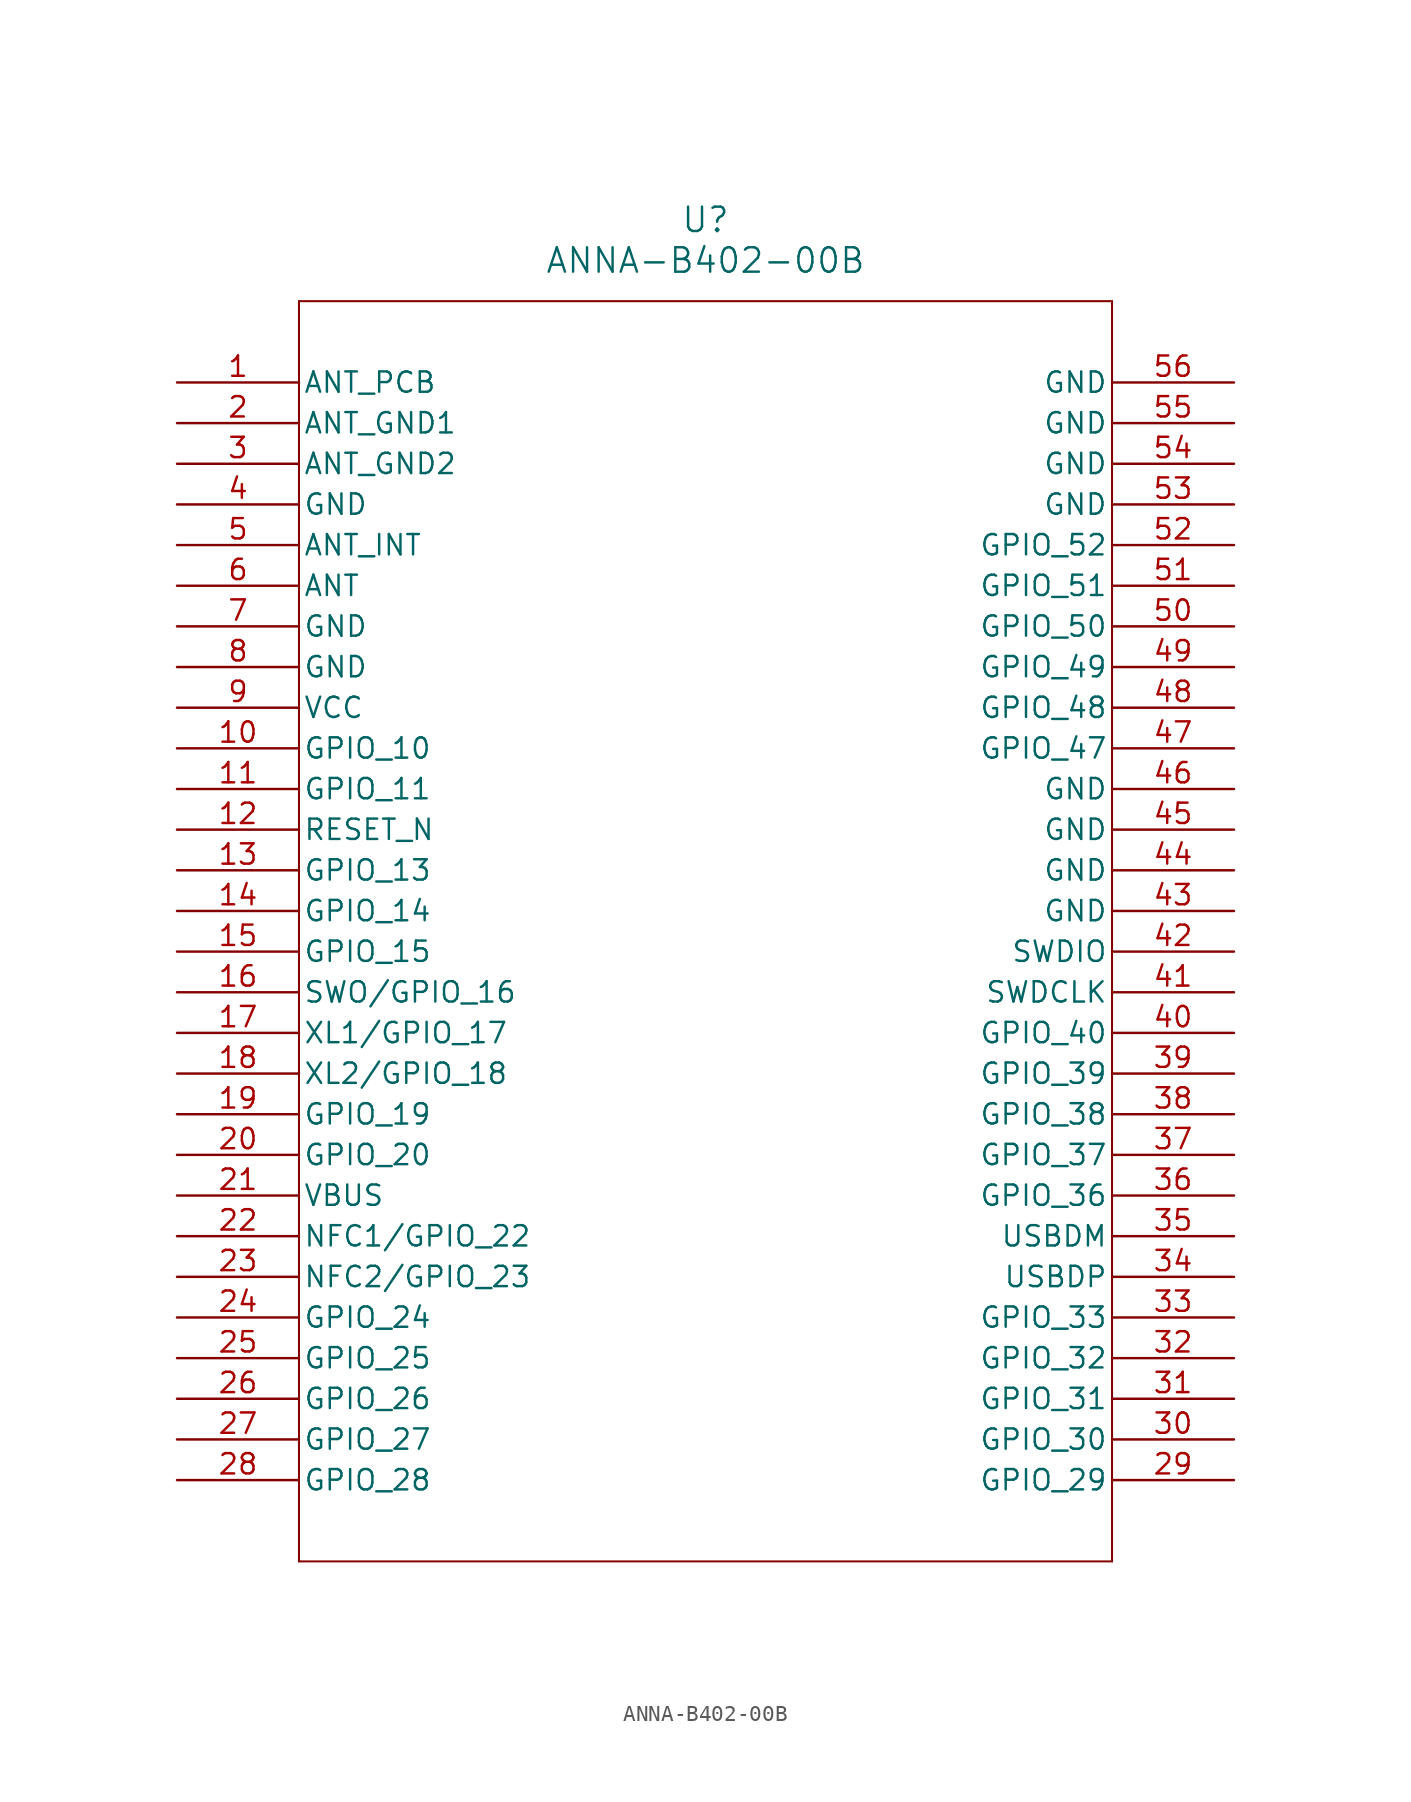
<source format=kicad_sym>
(kicad_symbol_lib
  (version 20211014)
  (generator kicad_symbol_editor)
  (symbol "ANNA-B402-00B"
    (pin_names
      (offset 0.254))
    (property "Reference" "U"
      (at 33.02 10.16 0)
      (effects (font (size 1.524 1.524))))
    (property "Value" "ANNA-B402-00B"
      (at 33.02 7.62 0)
      (effects (font (size 1.524 1.524))))
    (symbol "ANNA-B402-00B_0_1"
      (polyline (pts (xy 7.62 5.08) (xy 7.62 -73.66)) (stroke (width 0.127) (type default) (color 0 0 0 0)) (fill (type none)))
      (polyline (pts (xy 7.62 -73.66) (xy 58.42 -73.66)) (stroke (width 0.127) (type default) (color 0 0 0 0)) (fill (type none)))
      (polyline (pts (xy 58.42 -73.66) (xy 58.42 5.08)) (stroke (width 0.127) (type default) (color 0 0 0 0)) (fill (type none)))
      (polyline (pts (xy 58.42 5.08) (xy 7.62 5.08)) (stroke (width 0.127) (type default) (color 0 0 0 0)) (fill (type none)))
      (pin unspecified line (at 0 0 0) (length 7.62) (name "ANT_PCB" (effects (font (size 1.27 1.27)))) (number "1" (effects (font (size 1.27 1.27)))))
      (pin power_out line (at 0 -2.54 0) (length 7.62) (name "ANT_GND1" (effects (font (size 1.27 1.27)))) (number "2" (effects (font (size 1.27 1.27)))))
      (pin power_out line (at 0 -5.08 0) (length 7.62) (name "ANT_GND2" (effects (font (size 1.27 1.27)))) (number "3" (effects (font (size 1.27 1.27)))))
      (pin power_out line (at 0 -7.62 0) (length 7.62) (name "GND" (effects (font (size 1.27 1.27)))) (number "4" (effects (font (size 1.27 1.27)))))
      (pin unspecified line (at 0 -10.16 0) (length 7.62) (name "ANT_INT" (effects (font (size 1.27 1.27)))) (number "5" (effects (font (size 1.27 1.27)))))
      (pin unspecified line (at 0 -12.7 0) (length 7.62) (name "ANT" (effects (font (size 1.27 1.27)))) (number "6" (effects (font (size 1.27 1.27)))))
      (pin power_out line (at 0 -15.24 0) (length 7.62) (name "GND" (effects (font (size 1.27 1.27)))) (number "7" (effects (font (size 1.27 1.27)))))
      (pin power_out line (at 0 -17.78 0) (length 7.62) (name "GND" (effects (font (size 1.27 1.27)))) (number "8" (effects (font (size 1.27 1.27)))))
      (pin power_in line (at 0 -20.32 0) (length 7.62) (name "VCC" (effects (font (size 1.27 1.27)))) (number "9" (effects (font (size 1.27 1.27)))))
      (pin bidirectional line (at 0 -22.86 0) (length 7.62) (name "GPIO_10" (effects (font (size 1.27 1.27)))) (number "10" (effects (font (size 1.27 1.27)))))
      (pin bidirectional line (at 0 -25.4 0) (length 7.62) (name "GPIO_11" (effects (font (size 1.27 1.27)))) (number "11" (effects (font (size 1.27 1.27)))))
      (pin input line (at 0 -27.94 0) (length 7.62) (name "RESET_N" (effects (font (size 1.27 1.27)))) (number "12" (effects (font (size 1.27 1.27)))))
      (pin bidirectional line (at 0 -30.48 0) (length 7.62) (name "GPIO_13" (effects (font (size 1.27 1.27)))) (number "13" (effects (font (size 1.27 1.27)))))
      (pin bidirectional line (at 0 -33.02 0) (length 7.62) (name "GPIO_14" (effects (font (size 1.27 1.27)))) (number "14" (effects (font (size 1.27 1.27)))))
      (pin bidirectional line (at 0 -35.56 0) (length 7.62) (name "GPIO_15" (effects (font (size 1.27 1.27)))) (number "15" (effects (font (size 1.27 1.27)))))
      (pin bidirectional line (at 0 -38.1 0) (length 7.62) (name "SWO/GPIO_16" (effects (font (size 1.27 1.27)))) (number "16" (effects (font (size 1.27 1.27)))))
      (pin bidirectional line (at 0 -40.64 0) (length 7.62) (name "XL1/GPIO_17" (effects (font (size 1.27 1.27)))) (number "17" (effects (font (size 1.27 1.27)))))
      (pin bidirectional line (at 0 -43.18 0) (length 7.62) (name "XL2/GPIO_18" (effects (font (size 1.27 1.27)))) (number "18" (effects (font (size 1.27 1.27)))))
      (pin bidirectional line (at 0 -45.72 0) (length 7.62) (name "GPIO_19" (effects (font (size 1.27 1.27)))) (number "19" (effects (font (size 1.27 1.27)))))
      (pin bidirectional line (at 0 -48.26 0) (length 7.62) (name "GPIO_20" (effects (font (size 1.27 1.27)))) (number "20" (effects (font (size 1.27 1.27)))))
      (pin power_in line (at 0 -50.8 0) (length 7.62) (name "VBUS" (effects (font (size 1.27 1.27)))) (number "21" (effects (font (size 1.27 1.27)))))
      (pin bidirectional line (at 0 -53.34 0) (length 7.62) (name "NFC1/GPIO_22" (effects (font (size 1.27 1.27)))) (number "22" (effects (font (size 1.27 1.27)))))
      (pin bidirectional line (at 0 -55.88 0) (length 7.62) (name "NFC2/GPIO_23" (effects (font (size 1.27 1.27)))) (number "23" (effects (font (size 1.27 1.27)))))
      (pin bidirectional line (at 0 -58.42 0) (length 7.62) (name "GPIO_24" (effects (font (size 1.27 1.27)))) (number "24" (effects (font (size 1.27 1.27)))))
      (pin bidirectional line (at 0 -60.96 0) (length 7.62) (name "GPIO_25" (effects (font (size 1.27 1.27)))) (number "25" (effects (font (size 1.27 1.27)))))
      (pin bidirectional line (at 0 -63.5 0) (length 7.62) (name "GPIO_26" (effects (font (size 1.27 1.27)))) (number "26" (effects (font (size 1.27 1.27)))))
      (pin bidirectional line (at 0 -66.04 0) (length 7.62) (name "GPIO_27" (effects (font (size 1.27 1.27)))) (number "27" (effects (font (size 1.27 1.27)))))
      (pin bidirectional line (at 0 -68.58 0) (length 7.62) (name "GPIO_28" (effects (font (size 1.27 1.27)))) (number "28" (effects (font (size 1.27 1.27)))))
      (pin bidirectional line (at 66.04 -68.58 180) (length 7.62) (name "GPIO_29" (effects (font (size 1.27 1.27)))) (number "29" (effects (font (size 1.27 1.27)))))
      (pin bidirectional line (at 66.04 -66.04 180) (length 7.62) (name "GPIO_30" (effects (font (size 1.27 1.27)))) (number "30" (effects (font (size 1.27 1.27)))))
      (pin bidirectional line (at 66.04 -63.5 180) (length 7.62) (name "GPIO_31" (effects (font (size 1.27 1.27)))) (number "31" (effects (font (size 1.27 1.27)))))
      (pin bidirectional line (at 66.04 -60.96 180) (length 7.62) (name "GPIO_32" (effects (font (size 1.27 1.27)))) (number "32" (effects (font (size 1.27 1.27)))))
      (pin bidirectional line (at 66.04 -58.42 180) (length 7.62) (name "GPIO_33" (effects (font (size 1.27 1.27)))) (number "33" (effects (font (size 1.27 1.27)))))
      (pin bidirectional line (at 66.04 -55.88 180) (length 7.62) (name "USBDP" (effects (font (size 1.27 1.27)))) (number "34" (effects (font (size 1.27 1.27)))))
      (pin bidirectional line (at 66.04 -53.34 180) (length 7.62) (name "USBDM" (effects (font (size 1.27 1.27)))) (number "35" (effects (font (size 1.27 1.27)))))
      (pin bidirectional line (at 66.04 -50.8 180) (length 7.62) (name "GPIO_36" (effects (font (size 1.27 1.27)))) (number "36" (effects (font (size 1.27 1.27)))))
      (pin bidirectional line (at 66.04 -48.26 180) (length 7.62) (name "GPIO_37" (effects (font (size 1.27 1.27)))) (number "37" (effects (font (size 1.27 1.27)))))
      (pin bidirectional line (at 66.04 -45.72 180) (length 7.62) (name "GPIO_38" (effects (font (size 1.27 1.27)))) (number "38" (effects (font (size 1.27 1.27)))))
      (pin bidirectional line (at 66.04 -43.18 180) (length 7.62) (name "GPIO_39" (effects (font (size 1.27 1.27)))) (number "39" (effects (font (size 1.27 1.27)))))
      (pin bidirectional line (at 66.04 -40.64 180) (length 7.62) (name "GPIO_40" (effects (font (size 1.27 1.27)))) (number "40" (effects (font (size 1.27 1.27)))))
      (pin input line (at 66.04 -38.1 180) (length 7.62) (name "SWDCLK" (effects (font (size 1.27 1.27)))) (number "41" (effects (font (size 1.27 1.27)))))
      (pin bidirectional line (at 66.04 -35.56 180) (length 7.62) (name "SWDIO" (effects (font (size 1.27 1.27)))) (number "42" (effects (font (size 1.27 1.27)))))
      (pin power_out line (at 66.04 -33.02 180) (length 7.62) (name "GND" (effects (font (size 1.27 1.27)))) (number "43" (effects (font (size 1.27 1.27)))))
      (pin power_out line (at 66.04 -30.48 180) (length 7.62) (name "GND" (effects (font (size 1.27 1.27)))) (number "44" (effects (font (size 1.27 1.27)))))
      (pin power_out line (at 66.04 -27.94 180) (length 7.62) (name "GND" (effects (font (size 1.27 1.27)))) (number "45" (effects (font (size 1.27 1.27)))))
      (pin power_out line (at 66.04 -25.4 180) (length 7.62) (name "GND" (effects (font (size 1.27 1.27)))) (number "46" (effects (font (size 1.27 1.27)))))
      (pin bidirectional line (at 66.04 -22.86 180) (length 7.62) (name "GPIO_47" (effects (font (size 1.27 1.27)))) (number "47" (effects (font (size 1.27 1.27)))))
      (pin bidirectional line (at 66.04 -20.32 180) (length 7.62) (name "GPIO_48" (effects (font (size 1.27 1.27)))) (number "48" (effects (font (size 1.27 1.27)))))
      (pin bidirectional line (at 66.04 -17.78 180) (length 7.62) (name "GPIO_49" (effects (font (size 1.27 1.27)))) (number "49" (effects (font (size 1.27 1.27)))))
      (pin bidirectional line (at 66.04 -15.24 180) (length 7.62) (name "GPIO_50" (effects (font (size 1.27 1.27)))) (number "50" (effects (font (size 1.27 1.27)))))
      (pin bidirectional line (at 66.04 -12.7 180) (length 7.62) (name "GPIO_51" (effects (font (size 1.27 1.27)))) (number "51" (effects (font (size 1.27 1.27)))))
      (pin bidirectional line (at 66.04 -10.16 180) (length 7.62) (name "GPIO_52" (effects (font (size 1.27 1.27)))) (number "52" (effects (font (size 1.27 1.27)))))
      (pin power_out line (at 66.04 -7.62 180) (length 7.62) (name "GND" (effects (font (size 1.27 1.27)))) (number "53" (effects (font (size 1.27 1.27)))))
      (pin power_out line (at 66.04 -5.08 180) (length 7.62) (name "GND" (effects (font (size 1.27 1.27)))) (number "54" (effects (font (size 1.27 1.27)))))
      (pin power_out line (at 66.04 -2.54 180) (length 7.62) (name "GND" (effects (font (size 1.27 1.27)))) (number "55" (effects (font (size 1.27 1.27)))))
      (pin power_out line (at 66.04 0 180) (length 7.62) (name "GND" (effects (font (size 1.27 1.27)))) (number "56" (effects (font (size 1.27 1.27))))))))
</source>
